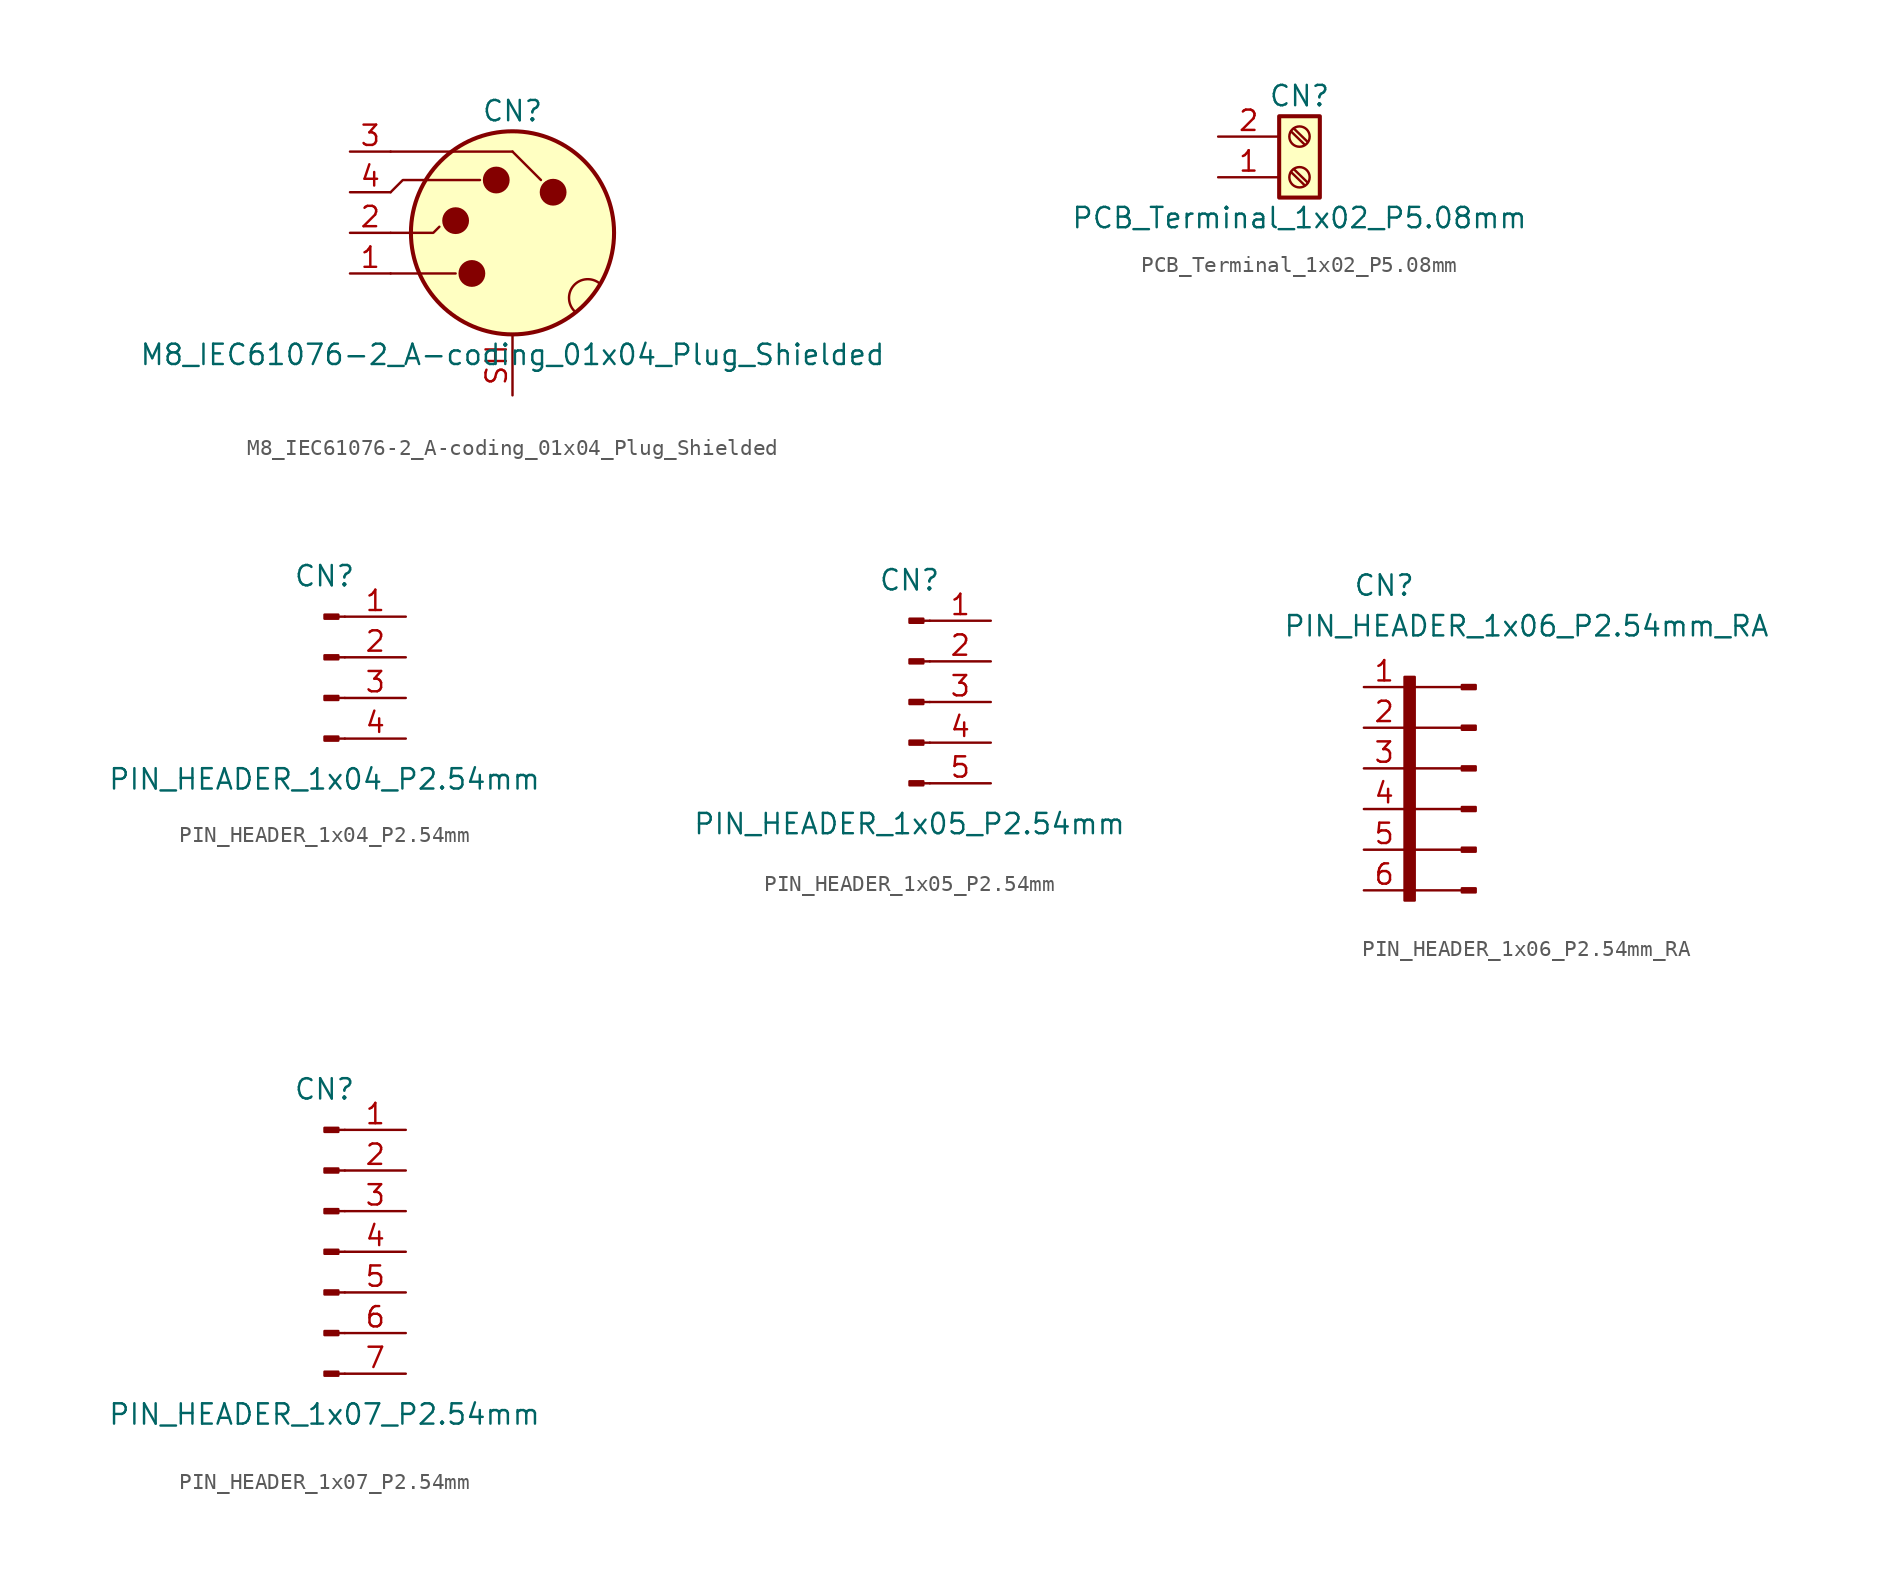
<source format=kicad_sym>
(kicad_symbol_lib
  (version 20241209)
  (generator "kicad_symbol_editor")
  (generator_version "9.0")
  (symbol "M8_IEC61076-2_A-coding_01x04_Plug_Shielded"
    (property "Reference" "CN"
      (at 0 7.62 0)
      (effects (font (size 1.27 1.27))))
    (property "Value" "M8_IEC61076-2_A-coding_01x04_Plug_Shielded"
      (at 0 -7.62 0)
      (effects (font (size 1.27 1.27))))
    (symbol "M8_IEC61076-2_A-coding_01x04_Plug_Shielded_0_1"
      (polyline (pts (xy -7.62 0) (xy -4.953 0) (xy -4.572 0.381)) (stroke (width 0) (type default)) (fill (type none)))
      (polyline (pts (xy -7.62 -2.54) (xy -3.556 -2.54)) (stroke (width 0) (type default)) (fill (type none)))
      (circle (center -3.556 0.762) (radius 0.762) (stroke (width 0) (type default)) (fill (type outline)))
      (circle (center -2.54 -2.54) (radius 0.762) (stroke (width 0) (type default)) (fill (type outline)))
      (polyline (pts (xy -2.032 3.302) (xy -6.858 3.302) (xy -7.62 2.54)) (stroke (width 0) (type default)) (fill (type none)))
      (circle (center -1.016 3.302) (radius 0.762) (stroke (width 0) (type default)) (fill (type outline)))
      (polyline (pts (xy 0 5.08) (xy -7.62 5.08)) (stroke (width 0) (type default)) (fill (type none)))
      (polyline (pts (xy 0 5.08) (xy 1.778 3.302)) (stroke (width 0) (type default)) (fill (type none)))
      (circle (center 0 0) (radius 6.35) (stroke (width 0.254) (type default)) (fill (type background)))
      (circle (center 2.54 2.54) (radius 0.762) (stroke (width 0) (type default)) (fill (type outline)))
      (arc (start 3.937 -4.953) (mid 3.819 -3.3063) (end 5.461 -3.175) (stroke (width 0) (type default)) (fill (type none))))
    (symbol "M8_IEC61076-2_A-coding_01x04_Plug_Shielded_1_1"
      (pin passive line (at -10.16 5.08 0) (length 2.54) (name "~" (effects (font (size 1.27 1.27)))) (number "3" (effects (font (size 1.27 1.27)))))
      (pin passive line (at -10.16 2.54 0) (length 2.54) (name "~" (effects (font (size 1.27 1.27)))) (number "4" (effects (font (size 1.27 1.27)))))
      (pin passive line (at -10.16 0 0) (length 2.54) (name "~" (effects (font (size 1.27 1.27)))) (number "2" (effects (font (size 1.27 1.27)))))
      (pin passive line (at -10.16 -2.54 0) (length 2.54) (name "~" (effects (font (size 1.27 1.27)))) (number "1" (effects (font (size 1.27 1.27)))))
      (pin passive line (at 0 -10.16 90) (length 3.81) (name "~" (effects (font (size 1.27 1.27)))) (number "SH" (effects (font (size 1.27 1.27)))))))
  (symbol "PCB_Terminal_1x02_P5.08mm"
    (pin_names
      (offset 1.016)
      (hide yes))
    (property "Reference" "CN"
      (at 0 2.54 0)
      (effects (font (size 1.27 1.27))))
    (property "Value" "PCB_Terminal_1x02_P5.08mm"
      (at 0 -5.08 0)
      (effects (font (size 1.27 1.27))))
    (symbol "PCB_Terminal_1x02_P5.08mm_1_1"
      (rectangle (start -1.27 1.27) (end 1.27 -3.81) (stroke (width 0.254) (type default)) (fill (type background)))
      (polyline (pts (xy -0.533 0.33) (xy 0.33 -0.508)) (stroke (width 0.152) (type default)) (fill (type none)))
      (polyline (pts (xy -0.533 -2.21) (xy 0.33 -3.048)) (stroke (width 0.152) (type default)) (fill (type none)))
      (polyline (pts (xy -0.356 0.508) (xy 0.508 -0.33)) (stroke (width 0.152) (type default)) (fill (type none)))
      (polyline (pts (xy -0.356 -2.032) (xy 0.508 -2.87)) (stroke (width 0.152) (type default)) (fill (type none)))
      (circle (center 0 0) (radius 0.635) (stroke (width 0.152) (type default)) (fill (type none)))
      (circle (center 0 -2.54) (radius 0.635) (stroke (width 0.152) (type default)) (fill (type none)))
      (pin passive line (at -5.08 0 0) (length 3.81) (name "Pin_2" (effects (font (size 1.27 1.27)))) (number "2" (effects (font (size 1.27 1.27)))))
      (pin passive line (at -5.08 -2.54 0) (length 3.81) (name "Pin_1" (effects (font (size 1.27 1.27)))) (number "1" (effects (font (size 1.27 1.27)))))))
  (symbol "PIN_HEADER_1x04_P2.54mm"
    (pin_names
      (offset 1.016)
      (hide yes))
    (property "Reference" "CN"
      (at 0 5.08 0)
      (effects (font (size 1.27 1.27))))
    (property "Value" "PIN_HEADER_1x04_P2.54mm"
      (at 0 -7.62 0)
      (effects (font (size 1.27 1.27))))
    (symbol "PIN_HEADER_1x04_P2.54mm_1_1"
      (rectangle (start 0.864 2.667) (end 0 2.413) (stroke (width 0.152) (type default)) (fill (type outline)))
      (rectangle (start 0.864 0.127) (end 0 -0.127) (stroke (width 0.152) (type default)) (fill (type outline)))
      (rectangle (start 0.864 -2.413) (end 0 -2.667) (stroke (width 0.152) (type default)) (fill (type outline)))
      (rectangle (start 0.864 -4.953) (end 0 -5.207) (stroke (width 0.152) (type default)) (fill (type outline)))
      (polyline (pts (xy 1.27 2.54) (xy 0.864 2.54)) (stroke (width 0.152) (type default)) (fill (type none)))
      (polyline (pts (xy 1.27 0) (xy 0.864 0)) (stroke (width 0.152) (type default)) (fill (type none)))
      (polyline (pts (xy 1.27 -2.54) (xy 0.864 -2.54)) (stroke (width 0.152) (type default)) (fill (type none)))
      (polyline (pts (xy 1.27 -5.08) (xy 0.864 -5.08)) (stroke (width 0.152) (type default)) (fill (type none)))
      (pin passive line (at 5.08 2.54 180) (length 3.81) (name "Pin_1" (effects (font (size 1.27 1.27)))) (number "1" (effects (font (size 1.27 1.27)))))
      (pin passive line (at 5.08 0 180) (length 3.81) (name "Pin_2" (effects (font (size 1.27 1.27)))) (number "2" (effects (font (size 1.27 1.27)))))
      (pin passive line (at 5.08 -2.54 180) (length 3.81) (name "Pin_3" (effects (font (size 1.27 1.27)))) (number "3" (effects (font (size 1.27 1.27)))))
      (pin passive line (at 5.08 -5.08 180) (length 3.81) (name "Pin_4" (effects (font (size 1.27 1.27)))) (number "4" (effects (font (size 1.27 1.27)))))))
  (symbol "PIN_HEADER_1x05_P2.54mm"
    (pin_names
      (offset 1.016)
      (hide yes))
    (property "Reference" "CN"
      (at 0 7.62 0)
      (effects (font (size 1.27 1.27))))
    (property "Value" "PIN_HEADER_1x05_P2.54mm"
      (at 0 -7.62 0)
      (effects (font (size 1.27 1.27))))
    (symbol "PIN_HEADER_1x05_P2.54mm_1_1"
      (rectangle (start 0.864 5.207) (end 0 4.953) (stroke (width 0.152) (type default)) (fill (type outline)))
      (rectangle (start 0.864 2.667) (end 0 2.413) (stroke (width 0.152) (type default)) (fill (type outline)))
      (rectangle (start 0.864 0.127) (end 0 -0.127) (stroke (width 0.152) (type default)) (fill (type outline)))
      (rectangle (start 0.864 -2.413) (end 0 -2.667) (stroke (width 0.152) (type default)) (fill (type outline)))
      (rectangle (start 0.864 -4.953) (end 0 -5.207) (stroke (width 0.152) (type default)) (fill (type outline)))
      (polyline (pts (xy 1.27 5.08) (xy 0.864 5.08)) (stroke (width 0.152) (type default)) (fill (type none)))
      (polyline (pts (xy 1.27 2.54) (xy 0.864 2.54)) (stroke (width 0.152) (type default)) (fill (type none)))
      (polyline (pts (xy 1.27 0) (xy 0.864 0)) (stroke (width 0.152) (type default)) (fill (type none)))
      (polyline (pts (xy 1.27 -2.54) (xy 0.864 -2.54)) (stroke (width 0.152) (type default)) (fill (type none)))
      (polyline (pts (xy 1.27 -5.08) (xy 0.864 -5.08)) (stroke (width 0.152) (type default)) (fill (type none)))
      (pin passive line (at 5.08 5.08 180) (length 3.81) (name "Pin_1" (effects (font (size 1.27 1.27)))) (number "1" (effects (font (size 1.27 1.27)))))
      (pin passive line (at 5.08 2.54 180) (length 3.81) (name "Pin_2" (effects (font (size 1.27 1.27)))) (number "2" (effects (font (size 1.27 1.27)))))
      (pin passive line (at 5.08 0 180) (length 3.81) (name "Pin_3" (effects (font (size 1.27 1.27)))) (number "3" (effects (font (size 1.27 1.27)))))
      (pin passive line (at 5.08 -2.54 180) (length 3.81) (name "Pin_4" (effects (font (size 1.27 1.27)))) (number "4" (effects (font (size 1.27 1.27)))))
      (pin passive line (at 5.08 -5.08 180) (length 3.81) (name "Pin_5" (effects (font (size 1.27 1.27)))) (number "5" (effects (font (size 1.27 1.27)))))))
  (symbol "PIN_HEADER_1x06_P2.54mm_RA"
    (pin_names
      (offset 1.016)
      (hide yes))
    (property "Reference" "CN"
      (at 1.27 11.43 0)
      (effects (font (size 1.27 1.27))))
    (property "Value" "PIN_HEADER_1x06_P2.54mm_RA"
      (at 10.16 8.89 0)
      (effects (font (size 1.27 1.27))))
    (symbol "PIN_HEADER_1x06_P2.54mm_RA_0_1"
      (rectangle (start 2.54 5.715) (end 3.175 -8.255) (stroke (width 0) (type default)) (fill (type outline)))
      (polyline (pts (xy 2.54 5.08) (xy 6.35 5.08)) (stroke (width 0) (type default)) (fill (type none)))
      (polyline (pts (xy 2.54 2.54) (xy 6.35 2.54)) (stroke (width 0) (type default)) (fill (type none)))
      (polyline (pts (xy 2.54 0) (xy 6.35 0)) (stroke (width 0) (type default)) (fill (type none)))
      (polyline (pts (xy 2.54 -2.54) (xy 6.35 -2.54)) (stroke (width 0) (type default)) (fill (type none)))
      (polyline (pts (xy 2.54 -5.08) (xy 6.35 -5.08)) (stroke (width 0) (type default)) (fill (type none)))
      (polyline (pts (xy 2.54 -7.62) (xy 6.35 -7.62)) (stroke (width 0) (type default)) (fill (type none))))
    (symbol "PIN_HEADER_1x06_P2.54mm_RA_1_1"
      (rectangle (start 6.121 5.207) (end 6.985 4.953) (stroke (width 0.152) (type default)) (fill (type outline)))
      (rectangle (start 6.121 2.667) (end 6.985 2.413) (stroke (width 0.152) (type default)) (fill (type outline)))
      (rectangle (start 6.121 0.127) (end 6.985 -0.127) (stroke (width 0.152) (type default)) (fill (type outline)))
      (rectangle (start 6.121 -2.413) (end 6.985 -2.667) (stroke (width 0.152) (type default)) (fill (type outline)))
      (rectangle (start 6.121 -4.953) (end 6.985 -5.207) (stroke (width 0.152) (type default)) (fill (type outline)))
      (rectangle (start 6.121 -7.493) (end 6.985 -7.747) (stroke (width 0.152) (type default)) (fill (type outline)))
      (pin passive line (at 0 5.08 0) (length 2.54) (name "Pin_1" (effects (font (size 1.27 1.27)))) (number "1" (effects (font (size 1.27 1.27)))))
      (pin passive line (at 0 2.54 0) (length 2.54) (name "Pin_2" (effects (font (size 1.27 1.27)))) (number "2" (effects (font (size 1.27 1.27)))))
      (pin passive line (at 0 0 0) (length 2.54) (name "Pin_3" (effects (font (size 1.27 1.27)))) (number "3" (effects (font (size 1.27 1.27)))))
      (pin passive line (at 0 -2.54 0) (length 2.54) (name "Pin_4" (effects (font (size 1.27 1.27)))) (number "4" (effects (font (size 1.27 1.27)))))
      (pin passive line (at 0 -5.08 0) (length 2.54) (name "Pin_5" (effects (font (size 1.27 1.27)))) (number "5" (effects (font (size 1.27 1.27)))))
      (pin passive line (at 0 -7.62 0) (length 2.54) (name "Pin_6" (effects (font (size 1.27 1.27)))) (number "6" (effects (font (size 1.27 1.27)))))))
  (symbol "PIN_HEADER_1x07_P2.54mm"
    (pin_names
      (offset 1.016)
      (hide yes))
    (property "Reference" "CN"
      (at 0 10.16 0)
      (effects (font (size 1.27 1.27))))
    (property "Value" "PIN_HEADER_1x07_P2.54mm"
      (at 0 -10.16 0)
      (effects (font (size 1.27 1.27))))
    (symbol "PIN_HEADER_1x07_P2.54mm_1_1"
      (rectangle (start 0.864 7.747) (end 0 7.493) (stroke (width 0.152) (type default)) (fill (type outline)))
      (rectangle (start 0.864 5.207) (end 0 4.953) (stroke (width 0.152) (type default)) (fill (type outline)))
      (rectangle (start 0.864 2.667) (end 0 2.413) (stroke (width 0.152) (type default)) (fill (type outline)))
      (rectangle (start 0.864 0.127) (end 0 -0.127) (stroke (width 0.152) (type default)) (fill (type outline)))
      (rectangle (start 0.864 -2.413) (end 0 -2.667) (stroke (width 0.152) (type default)) (fill (type outline)))
      (rectangle (start 0.864 -4.953) (end 0 -5.207) (stroke (width 0.152) (type default)) (fill (type outline)))
      (rectangle (start 0.864 -7.493) (end 0 -7.747) (stroke (width 0.152) (type default)) (fill (type outline)))
      (polyline (pts (xy 1.27 7.62) (xy 0.864 7.62)) (stroke (width 0.152) (type default)) (fill (type none)))
      (polyline (pts (xy 1.27 5.08) (xy 0.864 5.08)) (stroke (width 0.152) (type default)) (fill (type none)))
      (polyline (pts (xy 1.27 2.54) (xy 0.864 2.54)) (stroke (width 0.152) (type default)) (fill (type none)))
      (polyline (pts (xy 1.27 0) (xy 0.864 0)) (stroke (width 0.152) (type default)) (fill (type none)))
      (polyline (pts (xy 1.27 -2.54) (xy 0.864 -2.54)) (stroke (width 0.152) (type default)) (fill (type none)))
      (polyline (pts (xy 1.27 -5.08) (xy 0.864 -5.08)) (stroke (width 0.152) (type default)) (fill (type none)))
      (polyline (pts (xy 1.27 -7.62) (xy 0.864 -7.62)) (stroke (width 0.152) (type default)) (fill (type none)))
      (pin passive line (at 5.08 7.62 180) (length 3.81) (name "Pin_1" (effects (font (size 1.27 1.27)))) (number "1" (effects (font (size 1.27 1.27)))))
      (pin passive line (at 5.08 5.08 180) (length 3.81) (name "Pin_2" (effects (font (size 1.27 1.27)))) (number "2" (effects (font (size 1.27 1.27)))))
      (pin passive line (at 5.08 2.54 180) (length 3.81) (name "Pin_3" (effects (font (size 1.27 1.27)))) (number "3" (effects (font (size 1.27 1.27)))))
      (pin passive line (at 5.08 0 180) (length 3.81) (name "Pin_4" (effects (font (size 1.27 1.27)))) (number "4" (effects (font (size 1.27 1.27)))))
      (pin passive line (at 5.08 -2.54 180) (length 3.81) (name "Pin_5" (effects (font (size 1.27 1.27)))) (number "5" (effects (font (size 1.27 1.27)))))
      (pin passive line (at 5.08 -5.08 180) (length 3.81) (name "Pin_6" (effects (font (size 1.27 1.27)))) (number "6" (effects (font (size 1.27 1.27)))))
      (pin passive line (at 5.08 -7.62 180) (length 3.81) (name "Pin_7" (effects (font (size 1.27 1.27)))) (number "7" (effects (font (size 1.27 1.27))))))))
</source>
